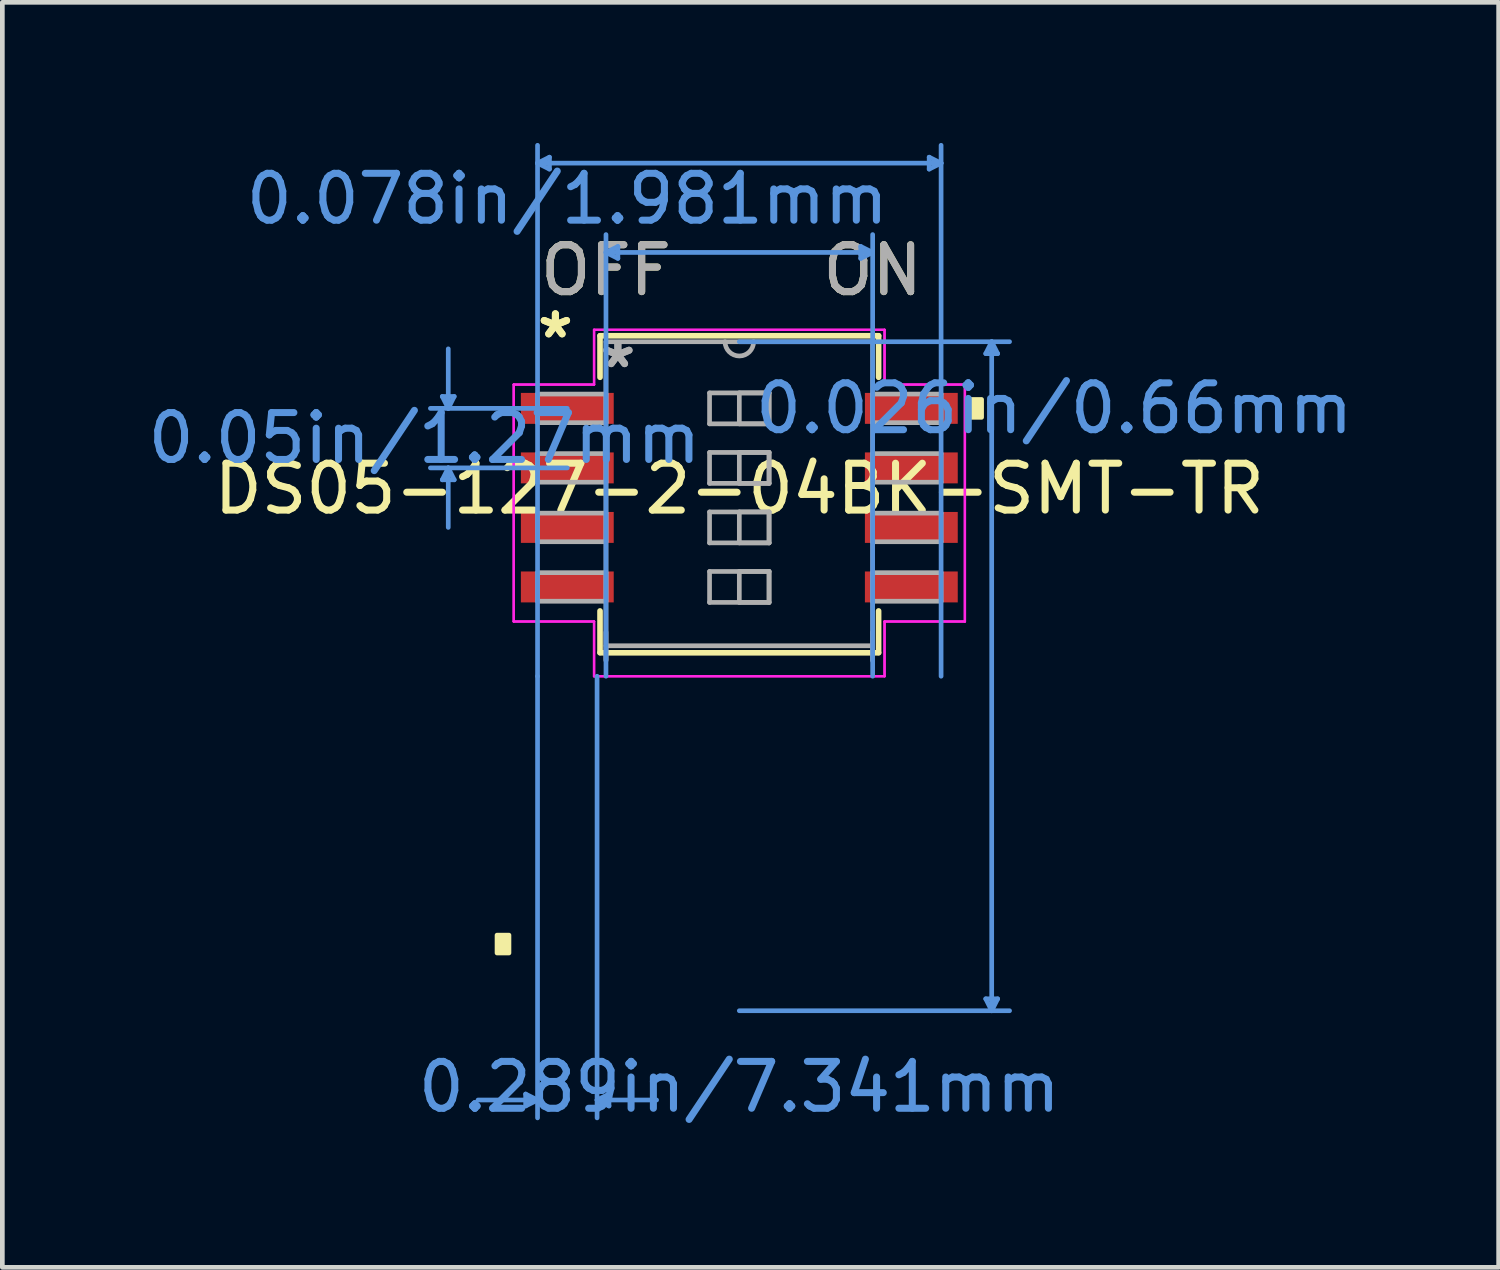
<source format=kicad_pcb>
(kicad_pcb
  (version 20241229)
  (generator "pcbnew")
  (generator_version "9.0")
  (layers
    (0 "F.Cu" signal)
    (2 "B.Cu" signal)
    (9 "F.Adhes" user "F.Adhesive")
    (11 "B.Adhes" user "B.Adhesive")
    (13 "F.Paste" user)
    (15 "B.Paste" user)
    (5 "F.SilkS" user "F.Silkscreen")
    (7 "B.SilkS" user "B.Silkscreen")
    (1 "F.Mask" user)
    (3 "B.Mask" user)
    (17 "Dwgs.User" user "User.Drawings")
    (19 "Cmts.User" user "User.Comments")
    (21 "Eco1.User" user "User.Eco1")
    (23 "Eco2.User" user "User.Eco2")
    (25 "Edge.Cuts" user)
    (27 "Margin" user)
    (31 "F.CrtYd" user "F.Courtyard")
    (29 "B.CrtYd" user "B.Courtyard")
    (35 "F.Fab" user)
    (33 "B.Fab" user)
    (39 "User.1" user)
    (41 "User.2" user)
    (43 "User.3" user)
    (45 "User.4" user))
  (footprint "DS05-127-2-04BK-SMT-TR"
    (layer "F.Cu")
    (at 12.724 11.378)
    (property "Reference" "DS05-127-2-04BK-SMT-TR" (at 0 -4 0) (layer "F.SilkS") (effects (font (size 1 1) (thickness 0.15))))
    (attr through_hole)
    (fp_line (start -2.972 -7.264) (end -2.972 -6.378) (stroke (width 0.12) (type solid)) (layer "F.SilkS"))
    (fp_line (start -2.972 -1.393) (end -2.972 -0.507) (stroke (width 0.12) (type solid)) (layer "F.SilkS"))
    (fp_line (start -2.972 -0.5) (end 2.972 -0.5) (stroke (width 0.12) (type solid)) (layer "F.SilkS"))
    (fp_line (start 2.972 -7.264) (end -2.972 -7.264) (stroke (width 0.12) (type solid)) (layer "F.SilkS"))
    (fp_line (start 2.972 -6.378) (end 2.972 -7.264) (stroke (width 0.12) (type solid)) (layer "F.SilkS"))
    (fp_line (start 2.972 -0.507) (end 2.972 -1.393) (stroke (width 0.12) (type solid)) (layer "F.SilkS"))
    (fp_poly (pts (xy -5.169 5.524) (xy -5.169 5.905) (xy -4.915 5.905) (xy -4.915 5.524)) (stroke (width 0.1) (type solid)) (fill yes) (layer "F.SilkS"))
    (fp_poly (pts (xy 5.169 -5.905) (xy 5.169 -5.524) (xy 4.915 -5.524) (xy 4.915 -5.905)) (stroke (width 0.1) (type solid)) (fill yes) (layer "F.SilkS"))
    (fp_line (start -6.337 -5.969) (end -6.083 -5.969) (stroke (width 0.1) (type solid)) (layer "Cmts.User"))
    (fp_line (start -6.337 -4.191) (end -6.083 -4.191) (stroke (width 0.1) (type solid)) (layer "Cmts.User"))
    (fp_line (start -6.21 -5.715) (end -6.337 -5.969) (stroke (width 0.1) (type solid)) (layer "Cmts.User"))
    (fp_line (start -6.21 -5.715) (end -6.21 -6.985) (stroke (width 0.1) (type solid)) (layer "Cmts.User"))
    (fp_line (start -6.21 -5.715) (end -6.083 -5.969) (stroke (width 0.1) (type solid)) (layer "Cmts.User"))
    (fp_line (start -6.21 -4.445) (end -6.337 -4.191) (stroke (width 0.1) (type solid)) (layer "Cmts.User"))
    (fp_line (start -6.21 -4.445) (end -6.21 -3.175) (stroke (width 0.1) (type solid)) (layer "Cmts.User"))
    (fp_line (start -6.21 -4.445) (end -6.083 -4.191) (stroke (width 0.1) (type solid)) (layer "Cmts.User"))
    (fp_line (start -4.559 8.915) (end -4.559 9.169) (stroke (width 0.1) (type solid)) (layer "Cmts.User"))
    (fp_line (start -4.305 -10.947) (end -4.051 -11.074) (stroke (width 0.1) (type solid)) (layer "Cmts.User"))
    (fp_line (start -4.305 -10.947) (end -4.051 -10.82) (stroke (width 0.1) (type solid)) (layer "Cmts.User"))
    (fp_line (start -4.305 -10.947) (end 4.305 -10.947) (stroke (width 0.1) (type solid)) (layer "Cmts.User"))
    (fp_line (start -4.305 0) (end -4.305 -11.328) (stroke (width 0.1) (type solid)) (layer "Cmts.User"))
    (fp_line (start -4.305 0) (end -4.305 9.423) (stroke (width 0.1) (type solid)) (layer "Cmts.User"))
    (fp_line (start -4.305 9.042) (end -5.575 9.042) (stroke (width 0.1) (type solid)) (layer "Cmts.User"))
    (fp_line (start -4.305 9.042) (end -4.559 8.915) (stroke (width 0.1) (type solid)) (layer "Cmts.User"))
    (fp_line (start -4.305 9.042) (end -4.559 9.169) (stroke (width 0.1) (type solid)) (layer "Cmts.User"))
    (fp_line (start -4.051 -11.074) (end -4.051 -10.82) (stroke (width 0.1) (type solid)) (layer "Cmts.User"))
    (fp_line (start -3.67 -5.715) (end -6.591 -5.715) (stroke (width 0.1) (type solid)) (layer "Cmts.User"))
    (fp_line (start -3.67 -4.445) (end -6.591 -4.445) (stroke (width 0.1) (type solid)) (layer "Cmts.User"))
    (fp_line (start -3.035 0) (end -3.035 9.423) (stroke (width 0.1) (type solid)) (layer "Cmts.User"))
    (fp_line (start -3.035 9.042) (end -2.781 8.915) (stroke (width 0.1) (type solid)) (layer "Cmts.User"))
    (fp_line (start -3.035 9.042) (end -2.781 9.169) (stroke (width 0.1) (type solid)) (layer "Cmts.User"))
    (fp_line (start -3.035 9.042) (end -1.765 9.042) (stroke (width 0.1) (type solid)) (layer "Cmts.User"))
    (fp_line (start -2.845 -9.042) (end -2.591 -9.169) (stroke (width 0.1) (type solid)) (layer "Cmts.User"))
    (fp_line (start -2.845 -9.042) (end -2.591 -8.915) (stroke (width 0.1) (type solid)) (layer "Cmts.User"))
    (fp_line (start -2.845 -9.042) (end 2.845 -9.042) (stroke (width 0.1) (type solid)) (layer "Cmts.User"))
    (fp_line (start -2.845 0) (end -2.845 -9.423) (stroke (width 0.1) (type solid)) (layer "Cmts.User"))
    (fp_line (start -2.781 8.915) (end -2.781 9.169) (stroke (width 0.1) (type solid)) (layer "Cmts.User"))
    (fp_line (start -2.591 -9.169) (end -2.591 -8.915) (stroke (width 0.1) (type solid)) (layer "Cmts.User"))
    (fp_line (start 0 -7.137) (end 5.766 -7.137) (stroke (width 0.1) (type solid)) (layer "Cmts.User"))
    (fp_line (start 0 7.137) (end 5.766 7.137) (stroke (width 0.1) (type solid)) (layer "Cmts.User"))
    (fp_line (start 2.591 -9.169) (end 2.591 -8.915) (stroke (width 0.1) (type solid)) (layer "Cmts.User"))
    (fp_line (start 2.845 -9.042) (end 2.591 -9.169) (stroke (width 0.1) (type solid)) (layer "Cmts.User"))
    (fp_line (start 2.845 -9.042) (end 2.591 -8.915) (stroke (width 0.1) (type solid)) (layer "Cmts.User"))
    (fp_line (start 2.845 0) (end 2.845 -9.423) (stroke (width 0.1) (type solid)) (layer "Cmts.User"))
    (fp_line (start 4.051 -11.074) (end 4.051 -10.82) (stroke (width 0.1) (type solid)) (layer "Cmts.User"))
    (fp_line (start 4.305 -10.947) (end 4.051 -11.074) (stroke (width 0.1) (type solid)) (layer "Cmts.User"))
    (fp_line (start 4.305 -10.947) (end 4.051 -10.82) (stroke (width 0.1) (type solid)) (layer "Cmts.User"))
    (fp_line (start 4.305 0) (end 4.305 -11.328) (stroke (width 0.1) (type solid)) (layer "Cmts.User"))
    (fp_line (start 5.258 -6.883) (end 5.512 -6.883) (stroke (width 0.1) (type solid)) (layer "Cmts.User"))
    (fp_line (start 5.258 6.883) (end 5.512 6.883) (stroke (width 0.1) (type solid)) (layer "Cmts.User"))
    (fp_line (start 5.385 -7.137) (end 5.258 -6.883) (stroke (width 0.1) (type solid)) (layer "Cmts.User"))
    (fp_line (start 5.385 -7.137) (end 5.385 7.137) (stroke (width 0.1) (type solid)) (layer "Cmts.User"))
    (fp_line (start 5.385 -7.137) (end 5.512 -6.883) (stroke (width 0.1) (type solid)) (layer "Cmts.User"))
    (fp_line (start 5.385 7.137) (end 5.258 6.883) (stroke (width 0.1) (type solid)) (layer "Cmts.User"))
    (fp_line (start 5.385 7.137) (end 5.512 6.883) (stroke (width 0.1) (type solid)) (layer "Cmts.User"))
    (fp_line (start -4.813 -6.223) (end -3.099 -6.223) (stroke (width 0.05) (type solid)) (layer "F.CrtYd"))
    (fp_line (start -4.813 -6.223) (end -3.099 -6.223) (stroke (width 0.05) (type solid)) (layer "F.CrtYd"))
    (fp_line (start -4.813 -1.168) (end -4.813 -6.223) (stroke (width 0.05) (type solid)) (layer "F.CrtYd"))
    (fp_line (start -4.813 -1.168) (end -4.813 -6.223) (stroke (width 0.05) (type solid)) (layer "F.CrtYd"))
    (fp_line (start -3.099 -7.391) (end 3.099 -7.391) (stroke (width 0.05) (type solid)) (layer "F.CrtYd"))
    (fp_line (start -3.099 -7.391) (end 3.099 -7.391) (stroke (width 0.05) (type solid)) (layer "F.CrtYd"))
    (fp_line (start -3.099 -6.223) (end -3.099 -7.391) (stroke (width 0.05) (type solid)) (layer "F.CrtYd"))
    (fp_line (start -3.099 -6.223) (end -3.099 -7.391) (stroke (width 0.05) (type solid)) (layer "F.CrtYd"))
    (fp_line (start -3.099 -1.168) (end -4.813 -1.168) (stroke (width 0.05) (type solid)) (layer "F.CrtYd"))
    (fp_line (start -3.099 -1.168) (end -4.813 -1.168) (stroke (width 0.05) (type solid)) (layer "F.CrtYd"))
    (fp_line (start -3.099 0) (end -3.099 -1.168) (stroke (width 0.05) (type solid)) (layer "F.CrtYd"))
    (fp_line (start -3.099 0) (end -3.099 -1.168) (stroke (width 0.05) (type solid)) (layer "F.CrtYd"))
    (fp_line (start 3.099 -7.391) (end 3.099 -6.223) (stroke (width 0.05) (type solid)) (layer "F.CrtYd"))
    (fp_line (start 3.099 -7.391) (end 3.099 -6.223) (stroke (width 0.05) (type solid)) (layer "F.CrtYd"))
    (fp_line (start 3.099 -6.223) (end 4.813 -6.223) (stroke (width 0.05) (type solid)) (layer "F.CrtYd"))
    (fp_line (start 3.099 -6.223) (end 4.813 -6.223) (stroke (width 0.05) (type solid)) (layer "F.CrtYd"))
    (fp_line (start 3.099 -1.168) (end 3.099 0) (stroke (width 0.05) (type solid)) (layer "F.CrtYd"))
    (fp_line (start 3.099 -1.168) (end 3.099 0) (stroke (width 0.05) (type solid)) (layer "F.CrtYd"))
    (fp_line (start 3.099 0) (end -3.099 0) (stroke (width 0.05) (type solid)) (layer "F.CrtYd"))
    (fp_line (start 3.099 0) (end -3.099 0) (stroke (width 0.05) (type solid)) (layer "F.CrtYd"))
    (fp_line (start 4.813 -6.223) (end 4.813 -1.168) (stroke (width 0.05) (type solid)) (layer "F.CrtYd"))
    (fp_line (start 4.813 -6.223) (end 4.813 -1.168) (stroke (width 0.05) (type solid)) (layer "F.CrtYd"))
    (fp_line (start 4.813 -1.168) (end 3.099 -1.168) (stroke (width 0.05) (type solid)) (layer "F.CrtYd"))
    (fp_line (start 4.813 -1.168) (end 3.099 -1.168) (stroke (width 0.05) (type solid)) (layer "F.CrtYd"))
    (fp_line (start -4.305 -6.02) (end -4.305 -5.41) (stroke (width 0.1) (type solid)) (layer "F.Fab"))
    (fp_line (start -4.305 -5.41) (end -2.845 -5.41) (stroke (width 0.1) (type solid)) (layer "F.Fab"))
    (fp_line (start -4.305 -4.75) (end -4.305 -4.14) (stroke (width 0.1) (type solid)) (layer "F.Fab"))
    (fp_line (start -4.305 -4.14) (end -2.845 -4.14) (stroke (width 0.1) (type solid)) (layer "F.Fab"))
    (fp_line (start -4.305 -3.48) (end -4.305 -2.87) (stroke (width 0.1) (type solid)) (layer "F.Fab"))
    (fp_line (start -4.305 -2.87) (end -2.845 -2.87) (stroke (width 0.1) (type solid)) (layer "F.Fab"))
    (fp_line (start -4.305 -2.21) (end -4.305 -1.6) (stroke (width 0.1) (type solid)) (layer "F.Fab"))
    (fp_line (start -4.305 -1.6) (end -2.845 -1.6) (stroke (width 0.1) (type solid)) (layer "F.Fab"))
    (fp_line (start -2.845 -7.137) (end -2.845 -0.35) (stroke (width 0.1) (type solid)) (layer "F.Fab"))
    (fp_line (start -2.845 -6.02) (end -4.305 -6.02) (stroke (width 0.1) (type solid)) (layer "F.Fab"))
    (fp_line (start -2.845 -5.41) (end -2.845 -6.02) (stroke (width 0.1) (type solid)) (layer "F.Fab"))
    (fp_line (start -2.845 -4.75) (end -4.305 -4.75) (stroke (width 0.1) (type solid)) (layer "F.Fab"))
    (fp_line (start -2.845 -4.14) (end -2.845 -4.75) (stroke (width 0.1) (type solid)) (layer "F.Fab"))
    (fp_line (start -2.845 -3.48) (end -4.305 -3.48) (stroke (width 0.1) (type solid)) (layer "F.Fab"))
    (fp_line (start -2.845 -2.87) (end -2.845 -3.48) (stroke (width 0.1) (type solid)) (layer "F.Fab"))
    (fp_line (start -2.845 -2.21) (end -4.305 -2.21) (stroke (width 0.1) (type solid)) (layer "F.Fab"))
    (fp_line (start -2.845 -1.6) (end -2.845 -2.21) (stroke (width 0.1) (type solid)) (layer "F.Fab"))
    (fp_line (start -2.845 -0.65) (end 2.845 -0.65) (stroke (width 0.1) (type solid)) (layer "F.Fab"))
    (fp_line (start -2.845 -0.33) (end -2.845 -0.94) (stroke (width 0.1) (type solid)) (layer "F.Fab"))
    (fp_line (start -0.635 -6.045) (end 0.635 -6.045) (stroke (width 0.1) (type solid)) (layer "F.Fab"))
    (fp_line (start -0.635 -5.385) (end -0.635 -6.045) (stroke (width 0.1) (type solid)) (layer "F.Fab"))
    (fp_line (start -0.635 -4.775) (end 0.635 -4.775) (stroke (width 0.1) (type solid)) (layer "F.Fab"))
    (fp_line (start -0.635 -4.115) (end -0.635 -4.775) (stroke (width 0.1) (type solid)) (layer "F.Fab"))
    (fp_line (start -0.635 -3.505) (end 0.635 -3.505) (stroke (width 0.1) (type solid)) (layer "F.Fab"))
    (fp_line (start -0.635 -2.845) (end -0.635 -3.505) (stroke (width 0.1) (type solid)) (layer "F.Fab"))
    (fp_line (start -0.635 -2.235) (end 0.635 -2.235) (stroke (width 0.1) (type solid)) (layer "F.Fab"))
    (fp_line (start -0.635 -1.575) (end -0.635 -2.235) (stroke (width 0.1) (type solid)) (layer "F.Fab"))
    (fp_line (start 0 -6.045) (end 0.635 -6.045) (stroke (width 0.1) (type solid)) (layer "F.Fab"))
    (fp_line (start 0 -5.385) (end 0 -6.045) (stroke (width 0.1) (type solid)) (layer "F.Fab"))
    (fp_line (start 0 -4.775) (end 0.635 -4.775) (stroke (width 0.1) (type solid)) (layer "F.Fab"))
    (fp_line (start 0 -4.115) (end 0 -4.775) (stroke (width 0.1) (type solid)) (layer "F.Fab"))
    (fp_line (start 0 -3.505) (end 0.635 -3.505) (stroke (width 0.1) (type solid)) (layer "F.Fab"))
    (fp_line (start 0 -2.845) (end 0 -3.505) (stroke (width 0.1) (type solid)) (layer "F.Fab"))
    (fp_line (start 0 -2.235) (end 0.635 -2.235) (stroke (width 0.1) (type solid)) (layer "F.Fab"))
    (fp_line (start 0 -1.575) (end 0 -2.235) (stroke (width 0.1) (type solid)) (layer "F.Fab"))
    (fp_line (start 0.635 -6.045) (end 0.635 -5.385) (stroke (width 0.1) (type solid)) (layer "F.Fab"))
    (fp_line (start 0.635 -6.045) (end 0.635 -5.385) (stroke (width 0.1) (type solid)) (layer "F.Fab"))
    (fp_line (start 0.635 -5.385) (end -0.635 -5.385) (stroke (width 0.1) (type solid)) (layer "F.Fab"))
    (fp_line (start 0.635 -5.385) (end 0 -5.385) (stroke (width 0.1) (type solid)) (layer "F.Fab"))
    (fp_line (start 0.635 -4.775) (end 0.635 -4.115) (stroke (width 0.1) (type solid)) (layer "F.Fab"))
    (fp_line (start 0.635 -4.775) (end 0.635 -4.115) (stroke (width 0.1) (type solid)) (layer "F.Fab"))
    (fp_line (start 0.635 -4.115) (end -0.635 -4.115) (stroke (width 0.1) (type solid)) (layer "F.Fab"))
    (fp_line (start 0.635 -4.115) (end 0 -4.115) (stroke (width 0.1) (type solid)) (layer "F.Fab"))
    (fp_line (start 0.635 -3.505) (end 0.635 -2.845) (stroke (width 0.1) (type solid)) (layer "F.Fab"))
    (fp_line (start 0.635 -3.505) (end 0.635 -2.845) (stroke (width 0.1) (type solid)) (layer "F.Fab"))
    (fp_line (start 0.635 -2.845) (end -0.635 -2.845) (stroke (width 0.1) (type solid)) (layer "F.Fab"))
    (fp_line (start 0.635 -2.845) (end 0 -2.845) (stroke (width 0.1) (type solid)) (layer "F.Fab"))
    (fp_line (start 0.635 -2.235) (end 0.635 -1.575) (stroke (width 0.1) (type solid)) (layer "F.Fab"))
    (fp_line (start 0.635 -2.235) (end 0.635 -1.575) (stroke (width 0.1) (type solid)) (layer "F.Fab"))
    (fp_line (start 0.635 -1.575) (end -0.635 -1.575) (stroke (width 0.1) (type solid)) (layer "F.Fab"))
    (fp_line (start 0.635 -1.575) (end 0 -1.575) (stroke (width 0.1) (type solid)) (layer "F.Fab"))
    (fp_line (start 2.845 -7.137) (end -2.845 -7.137) (stroke (width 0.1) (type solid)) (layer "F.Fab"))
    (fp_line (start 2.845 -6.02) (end 2.845 -5.41) (stroke (width 0.1) (type solid)) (layer "F.Fab"))
    (fp_line (start 2.845 -5.41) (end 4.305 -5.41) (stroke (width 0.1) (type solid)) (layer "F.Fab"))
    (fp_line (start 2.845 -4.75) (end 2.845 -4.14) (stroke (width 0.1) (type solid)) (layer "F.Fab"))
    (fp_line (start 2.845 -4.14) (end 4.305 -4.14) (stroke (width 0.1) (type solid)) (layer "F.Fab"))
    (fp_line (start 2.845 -3.48) (end 2.845 -2.87) (stroke (width 0.1) (type solid)) (layer "F.Fab"))
    (fp_line (start 2.845 -2.87) (end 4.305 -2.87) (stroke (width 0.1) (type solid)) (layer "F.Fab"))
    (fp_line (start 2.845 -2.21) (end 2.845 -1.6) (stroke (width 0.1) (type solid)) (layer "F.Fab"))
    (fp_line (start 2.845 -1.6) (end 4.305 -1.6) (stroke (width 0.1) (type solid)) (layer "F.Fab"))
    (fp_line (start 2.845 -0.94) (end 2.845 -0.33) (stroke (width 0.1) (type solid)) (layer "F.Fab"))
    (fp_line (start 2.845 -0.35) (end 2.845 -7.137) (stroke (width 0.1) (type solid)) (layer "F.Fab"))
    (fp_line (start 4.305 -6.02) (end 2.845 -6.02) (stroke (width 0.1) (type solid)) (layer "F.Fab"))
    (fp_line (start 4.305 -5.41) (end 4.305 -6.02) (stroke (width 0.1) (type solid)) (layer "F.Fab"))
    (fp_line (start 4.305 -4.75) (end 2.845 -4.75) (stroke (width 0.1) (type solid)) (layer "F.Fab"))
    (fp_line (start 4.305 -4.14) (end 4.305 -4.75) (stroke (width 0.1) (type solid)) (layer "F.Fab"))
    (fp_line (start 4.305 -3.48) (end 2.845 -3.48) (stroke (width 0.1) (type solid)) (layer "F.Fab"))
    (fp_line (start 4.305 -2.87) (end 4.305 -3.48) (stroke (width 0.1) (type solid)) (layer "F.Fab"))
    (fp_line (start 4.305 -2.21) (end 2.845 -2.21) (stroke (width 0.1) (type solid)) (layer "F.Fab"))
    (fp_line (start 4.305 -1.6) (end 4.305 -2.21) (stroke (width 0.1) (type solid)) (layer "F.Fab"))
    (fp_arc (start 0.3048 -7.1374) (mid 0 -6.8326) (end -0.3048 -7.1374) (stroke (width 0.1) (type solid)) (layer "F.Fab"))
    (fp_text user "ON" (at 2.845 -8.661 0) (layer "F.SilkS") (effects (font (size 1 1) (thickness 0.15))))
    (fp_text user "OFF" (at -2.845 -8.661 0) (layer "F.SilkS") (effects (font (size 1 1) (thickness 0.15))))
    (fp_text user "*" (at -3.924 -7.188 0) (layer "F.SilkS") (effects (font (size 1 1) (thickness 0.15))))
    (fp_text user "*" (at -3.924 -7.188 0) (layer "F.SilkS") (effects (font (size 1 1) (thickness 0.15))))
    (fp_text user "0.289in/7.341mm" (at 0 8.763 0) (layer "Cmts.User") (effects (font (size 1 1) (thickness 0.15))))
    (fp_text user "0.078in/1.981mm" (at -3.67 -10.185 0) (layer "Cmts.User") (effects (font (size 1 1) (thickness 0.15))))
    (fp_text user "0.05in/1.27mm" (at -6.718 -5.08 0) (layer "Cmts.User") (effects (font (size 1 1) (thickness 0.15))))
    (fp_text user "0.026in/0.66mm" (at 6.718 -5.715 0) (layer "Cmts.User") (effects (font (size 1 1) (thickness 0.15))))
    (fp_text user "OFF" (at -2.845 -8.661 0) (layer "F.Fab") (effects (font (size 1 1) (thickness 0.15))))
    (fp_text user "ON" (at 2.845 -8.661 0) (layer "F.Fab") (effects (font (size 1 1) (thickness 0.15))))
    (fp_text user "*" (at -2.591 -6.553 0) (layer "F.Fab") (effects (font (size 1 1) (thickness 0.15))))
    (fp_text user "*" (at -2.591 -6.553 0) (layer "F.Fab") (effects (font (size 1 1) (thickness 0.15))))
    (pad "1" smd rect (at -3.67 -5.715) (size 1.981 0.66) (layers "F.Cu" "F.Mask" "F.Paste"))
    (pad "2" smd rect (at -3.67 -4.445) (size 1.981 0.66) (layers "F.Cu" "F.Mask" "F.Paste"))
    (pad "3" smd rect (at -3.67 -3.175) (size 1.981 0.66) (layers "F.Cu" "F.Mask" "F.Paste"))
    (pad "4" smd rect (at -3.67 -1.905) (size 1.981 0.66) (layers "F.Cu" "F.Mask" "F.Paste"))
    (pad "5" smd rect (at 3.67 -1.905) (size 1.981 0.66) (layers "F.Cu" "F.Mask" "F.Paste"))
    (pad "6" smd rect (at 3.67 -3.175) (size 1.981 0.66) (layers "F.Cu" "F.Mask" "F.Paste"))
    (pad "7" smd rect (at 3.67 -4.445) (size 1.981 0.66) (layers "F.Cu" "F.Mask" "F.Paste"))
    (pad "8" smd rect (at 3.67 -5.715) (size 1.981 0.66) (layers "F.Cu" "F.Mask" "F.Paste")))
  (gr_rect
    (start -3 -3)
    (end 28.925 23.99)
    (stroke (width 0.1) (type default))
    (fill no)
    (layer "Edge.Cuts")))
</source>
